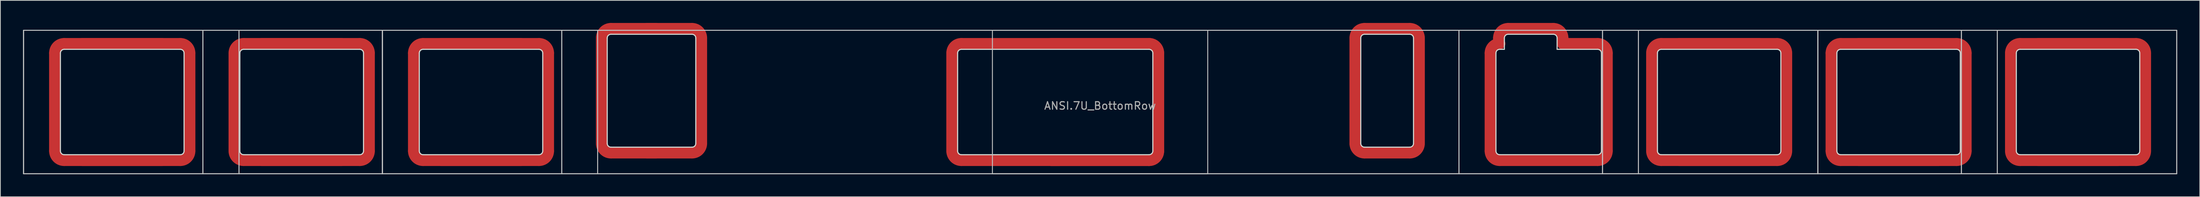
<source format=kicad_pcb>
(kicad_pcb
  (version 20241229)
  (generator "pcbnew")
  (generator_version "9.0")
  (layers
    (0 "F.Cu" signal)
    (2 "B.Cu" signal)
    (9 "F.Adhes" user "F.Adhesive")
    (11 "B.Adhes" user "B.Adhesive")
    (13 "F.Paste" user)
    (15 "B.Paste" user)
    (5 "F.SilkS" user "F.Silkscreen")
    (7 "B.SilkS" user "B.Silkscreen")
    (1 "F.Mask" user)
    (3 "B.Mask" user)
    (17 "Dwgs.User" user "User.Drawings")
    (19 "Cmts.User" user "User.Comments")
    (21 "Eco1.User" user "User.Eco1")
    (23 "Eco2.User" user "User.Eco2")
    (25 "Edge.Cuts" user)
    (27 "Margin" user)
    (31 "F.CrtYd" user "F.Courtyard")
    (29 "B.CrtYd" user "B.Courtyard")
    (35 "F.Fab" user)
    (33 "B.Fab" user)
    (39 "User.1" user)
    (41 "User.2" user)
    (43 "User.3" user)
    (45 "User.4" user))
  (footprint "ANSI.7U_BottomRow"
    (layer "F.Cu")
    (at 142.935 10.5)
    (property "Reference" "ANSI.7U_BottomRow" (at 0 0.5 0) (layer "F.Fab") (effects (font (size 1 1) (thickness 0.15))))
    (attr through_hole)
    (fp_line (start -138.719 6.5) (end -138.719 -6.5) (stroke (width 1.5) (type solid)) (layer "F.Cu"))
    (fp_line (start -137.469 -7.75) (end -124.469 -7.75) (stroke (width 1.5) (type solid)) (layer "F.Cu"))
    (fp_line (start -135.057 -7.75) (end -122.057 -7.75) (stroke (width 1.5) (type solid)) (layer "F.Cu"))
    (fp_line (start -124.469 7.75) (end -137.469 7.75) (stroke (width 1.5) (type solid)) (layer "F.Cu"))
    (fp_line (start -122.057 7.75) (end -135.057 7.75) (stroke (width 1.5) (type solid)) (layer "F.Cu"))
    (fp_line (start -120.807 -6.5) (end -120.807 6.5) (stroke (width 1.5) (type solid)) (layer "F.Cu"))
    (fp_line (start -114.906 6.5) (end -114.906 -6.5) (stroke (width 1.5) (type solid)) (layer "F.Cu"))
    (fp_line (start -113.656 -7.75) (end -100.656 -7.75) (stroke (width 1.5) (type solid)) (layer "F.Cu"))
    (fp_line (start -111.245 -7.75) (end -98.245 -7.75) (stroke (width 1.5) (type solid)) (layer "F.Cu"))
    (fp_line (start -100.656 7.75) (end -113.656 7.75) (stroke (width 1.5) (type solid)) (layer "F.Cu"))
    (fp_line (start -98.245 7.75) (end -111.245 7.75) (stroke (width 1.5) (type solid)) (layer "F.Cu"))
    (fp_line (start -96.995 -6.5) (end -96.995 6.5) (stroke (width 1.5) (type solid)) (layer "F.Cu"))
    (fp_line (start -91.094 6.5) (end -91.094 -6.5) (stroke (width 1.5) (type solid)) (layer "F.Cu"))
    (fp_line (start -89.844 -7.75) (end -76.844 -7.75) (stroke (width 1.5) (type solid)) (layer "F.Cu"))
    (fp_line (start -87.462 -7.75) (end -74.462 -7.75) (stroke (width 1.5) (type solid)) (layer "F.Cu"))
    (fp_line (start -76.844 7.75) (end -89.844 7.75) (stroke (width 1.5) (type solid)) (layer "F.Cu"))
    (fp_line (start -74.462 7.75) (end -87.462 7.75) (stroke (width 1.5) (type solid)) (layer "F.Cu"))
    (fp_line (start -73.212 -6.5) (end -73.212 6.5) (stroke (width 1.5) (type solid)) (layer "F.Cu"))
    (fp_line (start -66.156 5.5) (end -66.156 -8.5) (stroke (width 1.5) (type solid)) (layer "F.Cu"))
    (fp_line (start -64.906 -9.75) (end -58.906 -9.75) (stroke (width 1.5) (type solid)) (layer "F.Cu"))
    (fp_line (start -60.15 -9.75) (end -54.15 -9.75) (stroke (width 1.5) (type solid)) (layer "F.Cu"))
    (fp_line (start -58.906 6.75) (end -64.906 6.75) (stroke (width 1.5) (type solid)) (layer "F.Cu"))
    (fp_line (start -54.15 6.75) (end -60.15 6.75) (stroke (width 1.5) (type solid)) (layer "F.Cu"))
    (fp_line (start -52.9 -8.5) (end -52.9 5.5) (stroke (width 1.5) (type solid)) (layer "F.Cu"))
    (fp_line (start -19.656 -6.5) (end -19.656 6.5) (stroke (width 1.5) (type solid)) (layer "F.Cu"))
    (fp_line (start -18.406 7.75) (end -5.406 7.75) (stroke (width 1.5) (type solid)) (layer "F.Cu"))
    (fp_line (start -6.5 -7.75) (end 6.5 -7.75) (stroke (width 1.5) (type solid)) (layer "F.Cu"))
    (fp_line (start -6.5 -7.75) (end 6.5 -7.75) (stroke (width 1.5) (type solid)) (layer "F.Cu"))
    (fp_line (start -5.406 -7.75) (end -18.406 -7.75) (stroke (width 1.5) (type solid)) (layer "F.Cu"))
    (fp_line (start 6.5 7.75) (end -6.5 7.75) (stroke (width 1.5) (type solid)) (layer "F.Cu"))
    (fp_line (start 6.5 7.75) (end -6.5 7.75) (stroke (width 1.5) (type solid)) (layer "F.Cu"))
    (fp_line (start 7.75 -6.5) (end 7.75 6.5) (stroke (width 1.5) (type solid)) (layer "F.Cu"))
    (fp_line (start 7.75 -6.5) (end 7.75 6.5) (stroke (width 1.5) (type solid)) (layer "F.Cu"))
    (fp_line (start 33.844 5.5) (end 33.844 -8.5) (stroke (width 1.5) (type solid)) (layer "F.Cu"))
    (fp_line (start 35.094 -9.75) (end 41.094 -9.75) (stroke (width 1.5) (type solid)) (layer "F.Cu"))
    (fp_line (start 41.094 6.75) (end 35.094 6.75) (stroke (width 1.5) (type solid)) (layer "F.Cu"))
    (fp_line (start 42.344 -8.5) (end 42.344 5.5) (stroke (width 1.5) (type solid)) (layer "F.Cu"))
    (fp_line (start 51.781 6.5) (end 51.781 -6.5) (stroke (width 1.5) (type solid)) (layer "F.Cu"))
    (fp_line (start 52.9 -7.75) (end 52.9 -8.5) (stroke (width 1.5) (type solid)) (layer "F.Cu"))
    (fp_line (start 54.15 -9.75) (end 60.15 -9.75) (stroke (width 1.5) (type solid)) (layer "F.Cu"))
    (fp_line (start 61.4 -8.5) (end 61.4 -7.75) (stroke (width 1.5) (type solid)) (layer "F.Cu"))
    (fp_line (start 61.4 -7.75) (end 66.031 -7.75) (stroke (width 1.5) (type solid)) (layer "F.Cu"))
    (fp_line (start 66.031 7.75) (end 53.031 7.75) (stroke (width 1.5) (type solid)) (layer "F.Cu"))
    (fp_line (start 67.281 -6.5) (end 67.281 6.5) (stroke (width 1.5) (type solid)) (layer "F.Cu"))
    (fp_line (start 73.213 6.5) (end 73.213 -6.5) (stroke (width 1.5) (type solid)) (layer "F.Cu"))
    (fp_line (start 74.463 -7.75) (end 87.463 -7.75) (stroke (width 1.5) (type solid)) (layer "F.Cu"))
    (fp_line (start 76.844 -7.75) (end 89.844 -7.75) (stroke (width 1.5) (type solid)) (layer "F.Cu"))
    (fp_line (start 87.463 7.75) (end 74.463 7.75) (stroke (width 1.5) (type solid)) (layer "F.Cu"))
    (fp_line (start 89.844 7.75) (end 76.844 7.75) (stroke (width 1.5) (type solid)) (layer "F.Cu"))
    (fp_line (start 91.094 -6.5) (end 91.094 6.5) (stroke (width 1.5) (type solid)) (layer "F.Cu"))
    (fp_line (start 97.025 6.5) (end 97.025 -6.5) (stroke (width 1.5) (type solid)) (layer "F.Cu"))
    (fp_line (start 98.275 -7.75) (end 111.275 -7.75) (stroke (width 1.5) (type solid)) (layer "F.Cu"))
    (fp_line (start 100.656 -7.75) (end 113.656 -7.75) (stroke (width 1.5) (type solid)) (layer "F.Cu"))
    (fp_line (start 111.275 7.75) (end 98.275 7.75) (stroke (width 1.5) (type solid)) (layer "F.Cu"))
    (fp_line (start 113.656 7.75) (end 100.656 7.75) (stroke (width 1.5) (type solid)) (layer "F.Cu"))
    (fp_line (start 114.906 -6.5) (end 114.906 6.5) (stroke (width 1.5) (type solid)) (layer "F.Cu"))
    (fp_line (start 120.838 6.5) (end 120.838 -6.5) (stroke (width 1.5) (type solid)) (layer "F.Cu"))
    (fp_line (start 122.088 -7.75) (end 135.088 -7.75) (stroke (width 1.5) (type solid)) (layer "F.Cu"))
    (fp_line (start 124.469 -7.75) (end 137.469 -7.75) (stroke (width 1.5) (type solid)) (layer "F.Cu"))
    (fp_line (start 135.088 7.75) (end 122.088 7.75) (stroke (width 1.5) (type solid)) (layer "F.Cu"))
    (fp_line (start 137.469 7.75) (end 124.469 7.75) (stroke (width 1.5) (type solid)) (layer "F.Cu"))
    (fp_line (start 138.719 -6.5) (end 138.719 6.5) (stroke (width 1.5) (type solid)) (layer "F.Cu"))
    (fp_arc (start -138.71875 -6.5) (mid -138.352633 -7.383883) (end -137.46875 -7.75) (stroke (width 1.5) (type solid)) (layer "F.Cu"))
    (fp_arc (start -137.46875 7.75) (mid -138.352633 7.383883) (end -138.71875 6.5) (stroke (width 1.5) (type solid)) (layer "F.Cu"))
    (fp_arc (start -122.0575 -7.75) (mid -121.173616 -7.383883) (end -120.807499 -6.499999) (stroke (width 1.5) (type solid)) (layer "F.Cu"))
    (fp_arc (start -120.807499 6.5) (mid -121.173616 7.383883) (end -122.057499 7.75) (stroke (width 1.5) (type solid)) (layer "F.Cu"))
    (fp_arc (start -114.90625 -6.5) (mid -114.540133 -7.383883) (end -113.65625 -7.75) (stroke (width 1.5) (type solid)) (layer "F.Cu"))
    (fp_arc (start -113.65625 7.75) (mid -114.540133 7.383883) (end -114.90625 6.5) (stroke (width 1.5) (type solid)) (layer "F.Cu"))
    (fp_arc (start -98.245 -7.75) (mid -97.361116 -7.383883) (end -96.994999 -6.499999) (stroke (width 1.5) (type solid)) (layer "F.Cu"))
    (fp_arc (start -96.994999 6.5) (mid -97.361116 7.383883) (end -98.244999 7.75) (stroke (width 1.5) (type solid)) (layer "F.Cu"))
    (fp_arc (start -91.09375 -6.5) (mid -90.727633 -7.383883) (end -89.84375 -7.75) (stroke (width 1.5) (type solid)) (layer "F.Cu"))
    (fp_arc (start -89.84375 7.75) (mid -90.727633 7.383883) (end -91.09375 6.5) (stroke (width 1.5) (type solid)) (layer "F.Cu"))
    (fp_arc (start -74.4625 -7.75) (mid -73.578616 -7.383883) (end -73.212499 -6.499999) (stroke (width 1.5) (type solid)) (layer "F.Cu"))
    (fp_arc (start -73.212499 6.5) (mid -73.578616 7.383883) (end -74.462499 7.75) (stroke (width 1.5) (type solid)) (layer "F.Cu"))
    (fp_arc (start -66.156249 -8.500001) (mid -65.790133 -9.383884) (end -64.90625 -9.75) (stroke (width 1.5) (type solid)) (layer "F.Cu"))
    (fp_arc (start -64.90625 6.749999) (mid -65.790133 6.383882) (end -66.15625 5.499999) (stroke (width 1.5) (type solid)) (layer "F.Cu"))
    (fp_arc (start -54.15 -9.75) (mid -53.266117 -9.383883) (end -52.9 -8.5) (stroke (width 1.5) (type solid)) (layer "F.Cu"))
    (fp_arc (start -52.9 5.499999) (mid -53.266116 6.383883) (end -54.149999 6.75) (stroke (width 1.5) (type solid)) (layer "F.Cu"))
    (fp_arc (start -19.656249 -6.5) (mid -19.290132 -7.383883) (end -18.406249 -7.75) (stroke (width 1.5) (type solid)) (layer "F.Cu"))
    (fp_arc (start -18.406249 7.749999) (mid -19.290132 7.383882) (end -19.656249 6.499999) (stroke (width 1.5) (type solid)) (layer "F.Cu"))
    (fp_arc (start 6.499999 -7.75) (mid 7.383882 -7.383883) (end 7.749999 -6.5) (stroke (width 1.5) (type solid)) (layer "F.Cu"))
    (fp_arc (start 6.499999 -7.75) (mid 7.383883 -7.383883) (end 7.75 -6.499999) (stroke (width 1.5) (type solid)) (layer "F.Cu"))
    (fp_arc (start 7.749998 6.5) (mid 7.383882 7.383883) (end 6.499999 7.749999) (stroke (width 1.5) (type solid)) (layer "F.Cu"))
    (fp_arc (start 7.75 6.5) (mid 7.383883 7.383883) (end 6.5 7.75) (stroke (width 1.5) (type solid)) (layer "F.Cu"))
    (fp_arc (start 33.843751 -8.500001) (mid 34.209867 -9.383884) (end 35.09375 -9.75) (stroke (width 1.5) (type solid)) (layer "F.Cu"))
    (fp_arc (start 35.09375 6.749999) (mid 34.209867 6.383882) (end 33.84375 5.499999) (stroke (width 1.5) (type solid)) (layer "F.Cu"))
    (fp_arc (start 41.093751 -9.749999) (mid 41.977634 -9.383883) (end 42.34375 -8.5) (stroke (width 1.5) (type solid)) (layer "F.Cu"))
    (fp_arc (start 42.343751 5.499998) (mid 41.977634 6.383882) (end 41.09375 6.749999) (stroke (width 1.5) (type solid)) (layer "F.Cu"))
    (fp_arc (start 51.78125 -6.5) (mid 52.147367 -7.383883) (end 53.03125 -7.75) (stroke (width 1.5) (type solid)) (layer "F.Cu"))
    (fp_arc (start 52.899999 -8.499999) (mid 53.266116 -9.383883) (end 54.15 -9.75) (stroke (width 1.5) (type solid)) (layer "F.Cu"))
    (fp_arc (start 53.03125 7.75) (mid 52.147367 7.383883) (end 51.78125 6.5) (stroke (width 1.5) (type solid)) (layer "F.Cu"))
    (fp_arc (start 60.15 -9.75) (mid 61.033883 -9.383883) (end 61.4 -8.5) (stroke (width 1.5) (type solid)) (layer "F.Cu"))
    (fp_arc (start 66.031249 -7.75) (mid 66.915133 -7.383883) (end 67.28125 -6.499999) (stroke (width 1.5) (type solid)) (layer "F.Cu"))
    (fp_arc (start 67.28125 6.5) (mid 66.915133 7.383883) (end 66.03125 7.75) (stroke (width 1.5) (type solid)) (layer "F.Cu"))
    (fp_arc (start 73.2125 -6.5) (mid 73.578617 -7.383883) (end 74.4625 -7.75) (stroke (width 1.5) (type solid)) (layer "F.Cu"))
    (fp_arc (start 74.4625 7.75) (mid 73.578617 7.383883) (end 73.2125 6.5) (stroke (width 1.5) (type solid)) (layer "F.Cu"))
    (fp_arc (start 89.843749 -7.75) (mid 90.727633 -7.383883) (end 91.09375 -6.499999) (stroke (width 1.5) (type solid)) (layer "F.Cu"))
    (fp_arc (start 91.09375 6.5) (mid 90.727633 7.383883) (end 89.84375 7.75) (stroke (width 1.5) (type solid)) (layer "F.Cu"))
    (fp_arc (start 97.025 -6.5) (mid 97.391117 -7.383883) (end 98.275 -7.75) (stroke (width 1.5) (type solid)) (layer "F.Cu"))
    (fp_arc (start 98.275 7.75) (mid 97.391117 7.383883) (end 97.025 6.5) (stroke (width 1.5) (type solid)) (layer "F.Cu"))
    (fp_arc (start 113.656249 -7.75) (mid 114.540133 -7.383883) (end 114.90625 -6.499999) (stroke (width 1.5) (type solid)) (layer "F.Cu"))
    (fp_arc (start 114.90625 6.5) (mid 114.540133 7.383883) (end 113.65625 7.75) (stroke (width 1.5) (type solid)) (layer "F.Cu"))
    (fp_arc (start 120.8375 -6.5) (mid 121.203617 -7.383883) (end 122.0875 -7.75) (stroke (width 1.5) (type solid)) (layer "F.Cu"))
    (fp_arc (start 122.0875 7.75) (mid 121.203617 7.383883) (end 120.8375 6.5) (stroke (width 1.5) (type solid)) (layer "F.Cu"))
    (fp_arc (start 137.468749 -7.75) (mid 138.352633 -7.383883) (end 138.71875 -6.499999) (stroke (width 1.5) (type solid)) (layer "F.Cu"))
    (fp_arc (start 138.71875 6.5) (mid 138.352633 7.383883) (end 137.46875 7.75) (stroke (width 1.5) (type solid)) (layer "F.Cu"))
    (fp_line (start -138.719 6.5) (end -138.719 -6.5) (stroke (width 1.5) (type solid)) (layer "F.Mask"))
    (fp_line (start -137.469 -7.75) (end -124.469 -7.75) (stroke (width 1.5) (type solid)) (layer "F.Mask"))
    (fp_line (start -135.057 -7.75) (end -122.057 -7.75) (stroke (width 1.5) (type solid)) (layer "F.Mask"))
    (fp_line (start -124.469 7.75) (end -137.469 7.75) (stroke (width 1.5) (type solid)) (layer "F.Mask"))
    (fp_line (start -122.057 7.75) (end -135.057 7.75) (stroke (width 1.5) (type solid)) (layer "F.Mask"))
    (fp_line (start -120.807 -6.5) (end -120.807 6.5) (stroke (width 1.5) (type solid)) (layer "F.Mask"))
    (fp_line (start -114.906 6.5) (end -114.906 -6.5) (stroke (width 1.5) (type solid)) (layer "F.Mask"))
    (fp_line (start -113.656 -7.75) (end -100.656 -7.75) (stroke (width 1.5) (type solid)) (layer "F.Mask"))
    (fp_line (start -111.245 -7.75) (end -98.245 -7.75) (stroke (width 1.5) (type solid)) (layer "F.Mask"))
    (fp_line (start -100.656 7.75) (end -113.656 7.75) (stroke (width 1.5) (type solid)) (layer "F.Mask"))
    (fp_line (start -98.245 7.75) (end -111.245 7.75) (stroke (width 1.5) (type solid)) (layer "F.Mask"))
    (fp_line (start -96.995 -6.5) (end -96.995 6.5) (stroke (width 1.5) (type solid)) (layer "F.Mask"))
    (fp_line (start -91.094 6.5) (end -91.094 -6.5) (stroke (width 1.5) (type solid)) (layer "F.Mask"))
    (fp_line (start -89.844 -7.75) (end -76.844 -7.75) (stroke (width 1.5) (type solid)) (layer "F.Mask"))
    (fp_line (start -87.462 -7.75) (end -74.462 -7.75) (stroke (width 1.5) (type solid)) (layer "F.Mask"))
    (fp_line (start -76.844 7.75) (end -89.844 7.75) (stroke (width 1.5) (type solid)) (layer "F.Mask"))
    (fp_line (start -74.462 7.75) (end -87.462 7.75) (stroke (width 1.5) (type solid)) (layer "F.Mask"))
    (fp_line (start -73.212 -6.5) (end -73.212 6.5) (stroke (width 1.5) (type solid)) (layer "F.Mask"))
    (fp_line (start -66.156 5.5) (end -66.156 -8.5) (stroke (width 1.5) (type solid)) (layer "F.Mask"))
    (fp_line (start -64.906 -9.75) (end -58.906 -9.75) (stroke (width 1.5) (type solid)) (layer "F.Mask"))
    (fp_line (start -60.15 -9.75) (end -54.15 -9.75) (stroke (width 1.5) (type solid)) (layer "F.Mask"))
    (fp_line (start -58.906 6.75) (end -64.906 6.75) (stroke (width 1.5) (type solid)) (layer "F.Mask"))
    (fp_line (start -54.15 6.75) (end -60.15 6.75) (stroke (width 1.5) (type solid)) (layer "F.Mask"))
    (fp_line (start -52.9 -8.5) (end -52.9 5.5) (stroke (width 1.5) (type solid)) (layer "F.Mask"))
    (fp_line (start -19.656 -6.5) (end -19.656 6.5) (stroke (width 1.5) (type solid)) (layer "F.Mask"))
    (fp_line (start -18.406 7.75) (end -5.406 7.75) (stroke (width 1.5) (type solid)) (layer "F.Mask"))
    (fp_line (start -6.5 -7.75) (end 6.5 -7.75) (stroke (width 1.5) (type solid)) (layer "F.Mask"))
    (fp_line (start -6.5 -7.75) (end 6.5 -7.75) (stroke (width 1.5) (type solid)) (layer "F.Mask"))
    (fp_line (start -5.406 -7.75) (end -18.406 -7.75) (stroke (width 1.5) (type solid)) (layer "F.Mask"))
    (fp_line (start 6.5 7.75) (end -6.5 7.75) (stroke (width 1.5) (type solid)) (layer "F.Mask"))
    (fp_line (start 6.5 7.75) (end -6.5 7.75) (stroke (width 1.5) (type solid)) (layer "F.Mask"))
    (fp_line (start 7.75 -6.5) (end 7.75 6.5) (stroke (width 1.5) (type solid)) (layer "F.Mask"))
    (fp_line (start 7.75 -6.5) (end 7.75 6.5) (stroke (width 1.5) (type solid)) (layer "F.Mask"))
    (fp_line (start 33.844 5.5) (end 33.844 -8.5) (stroke (width 1.5) (type solid)) (layer "F.Mask"))
    (fp_line (start 35.094 -9.75) (end 41.094 -9.75) (stroke (width 1.5) (type solid)) (layer "F.Mask"))
    (fp_line (start 41.094 6.75) (end 35.094 6.75) (stroke (width 1.5) (type solid)) (layer "F.Mask"))
    (fp_line (start 42.344 -8.5) (end 42.344 5.5) (stroke (width 1.5) (type solid)) (layer "F.Mask"))
    (fp_line (start 51.781 6.5) (end 51.781 -6.5) (stroke (width 1.5) (type solid)) (layer "F.Mask"))
    (fp_line (start 52.9 -7.75) (end 52.9 -8.5) (stroke (width 1.5) (type solid)) (layer "F.Mask"))
    (fp_line (start 54.15 -9.75) (end 60.15 -9.75) (stroke (width 1.5) (type solid)) (layer "F.Mask"))
    (fp_line (start 61.4 -8.5) (end 61.4 -7.75) (stroke (width 1.5) (type solid)) (layer "F.Mask"))
    (fp_line (start 61.4 -7.75) (end 66.031 -7.75) (stroke (width 1.5) (type solid)) (layer "F.Mask"))
    (fp_line (start 66.031 7.75) (end 53.031 7.75) (stroke (width 1.5) (type solid)) (layer "F.Mask"))
    (fp_line (start 67.281 -6.5) (end 67.281 6.5) (stroke (width 1.5) (type solid)) (layer "F.Mask"))
    (fp_line (start 73.213 6.5) (end 73.213 -6.5) (stroke (width 1.5) (type solid)) (layer "F.Mask"))
    (fp_line (start 74.463 -7.75) (end 87.463 -7.75) (stroke (width 1.5) (type solid)) (layer "F.Mask"))
    (fp_line (start 76.844 -7.75) (end 89.844 -7.75) (stroke (width 1.5) (type solid)) (layer "F.Mask"))
    (fp_line (start 87.463 7.75) (end 74.463 7.75) (stroke (width 1.5) (type solid)) (layer "F.Mask"))
    (fp_line (start 89.844 7.75) (end 76.844 7.75) (stroke (width 1.5) (type solid)) (layer "F.Mask"))
    (fp_line (start 91.094 -6.5) (end 91.094 6.5) (stroke (width 1.5) (type solid)) (layer "F.Mask"))
    (fp_line (start 97.025 6.5) (end 97.025 -6.5) (stroke (width 1.5) (type solid)) (layer "F.Mask"))
    (fp_line (start 98.275 -7.75) (end 111.275 -7.75) (stroke (width 1.5) (type solid)) (layer "F.Mask"))
    (fp_line (start 100.656 -7.75) (end 113.656 -7.75) (stroke (width 1.5) (type solid)) (layer "F.Mask"))
    (fp_line (start 111.275 7.75) (end 98.275 7.75) (stroke (width 1.5) (type solid)) (layer "F.Mask"))
    (fp_line (start 113.656 7.75) (end 100.656 7.75) (stroke (width 1.5) (type solid)) (layer "F.Mask"))
    (fp_line (start 114.906 -6.5) (end 114.906 6.5) (stroke (width 1.5) (type solid)) (layer "F.Mask"))
    (fp_line (start 120.838 6.5) (end 120.838 -6.5) (stroke (width 1.5) (type solid)) (layer "F.Mask"))
    (fp_line (start 122.088 -7.75) (end 135.088 -7.75) (stroke (width 1.5) (type solid)) (layer "F.Mask"))
    (fp_line (start 124.469 -7.75) (end 137.469 -7.75) (stroke (width 1.5) (type solid)) (layer "F.Mask"))
    (fp_line (start 135.088 7.75) (end 122.088 7.75) (stroke (width 1.5) (type solid)) (layer "F.Mask"))
    (fp_line (start 137.469 7.75) (end 124.469 7.75) (stroke (width 1.5) (type solid)) (layer "F.Mask"))
    (fp_line (start 138.719 -6.5) (end 138.719 6.5) (stroke (width 1.5) (type solid)) (layer "F.Mask"))
    (fp_arc (start -138.71875 -6.5) (mid -138.352633 -7.383883) (end -137.46875 -7.75) (stroke (width 1.5) (type solid)) (layer "F.Mask"))
    (fp_arc (start -137.46875 7.75) (mid -138.352633 7.383883) (end -138.71875 6.5) (stroke (width 1.5) (type solid)) (layer "F.Mask"))
    (fp_arc (start -122.0575 -7.75) (mid -121.173616 -7.383883) (end -120.807499 -6.499999) (stroke (width 1.5) (type solid)) (layer "F.Mask"))
    (fp_arc (start -120.807499 6.5) (mid -121.173616 7.383883) (end -122.057499 7.75) (stroke (width 1.5) (type solid)) (layer "F.Mask"))
    (fp_arc (start -114.90625 -6.5) (mid -114.540133 -7.383883) (end -113.65625 -7.75) (stroke (width 1.5) (type solid)) (layer "F.Mask"))
    (fp_arc (start -113.65625 7.75) (mid -114.540133 7.383883) (end -114.90625 6.5) (stroke (width 1.5) (type solid)) (layer "F.Mask"))
    (fp_arc (start -98.245 -7.75) (mid -97.361116 -7.383883) (end -96.994999 -6.499999) (stroke (width 1.5) (type solid)) (layer "F.Mask"))
    (fp_arc (start -96.994999 6.5) (mid -97.361116 7.383883) (end -98.244999 7.75) (stroke (width 1.5) (type solid)) (layer "F.Mask"))
    (fp_arc (start -91.09375 -6.5) (mid -90.727633 -7.383883) (end -89.84375 -7.75) (stroke (width 1.5) (type solid)) (layer "F.Mask"))
    (fp_arc (start -89.84375 7.75) (mid -90.727633 7.383883) (end -91.09375 6.5) (stroke (width 1.5) (type solid)) (layer "F.Mask"))
    (fp_arc (start -74.4625 -7.75) (mid -73.578616 -7.383883) (end -73.212499 -6.499999) (stroke (width 1.5) (type solid)) (layer "F.Mask"))
    (fp_arc (start -73.212499 6.5) (mid -73.578616 7.383883) (end -74.462499 7.75) (stroke (width 1.5) (type solid)) (layer "F.Mask"))
    (fp_arc (start -66.156249 -8.500001) (mid -65.790133 -9.383884) (end -64.90625 -9.75) (stroke (width 1.5) (type solid)) (layer "F.Mask"))
    (fp_arc (start -64.90625 6.749999) (mid -65.790133 6.383882) (end -66.15625 5.499999) (stroke (width 1.5) (type solid)) (layer "F.Mask"))
    (fp_arc (start -54.15 -9.75) (mid -53.266117 -9.383883) (end -52.9 -8.5) (stroke (width 1.5) (type solid)) (layer "F.Mask"))
    (fp_arc (start -52.9 5.499999) (mid -53.266116 6.383883) (end -54.149999 6.75) (stroke (width 1.5) (type solid)) (layer "F.Mask"))
    (fp_arc (start -19.656249 -6.5) (mid -19.290132 -7.383883) (end -18.406249 -7.75) (stroke (width 1.5) (type solid)) (layer "F.Mask"))
    (fp_arc (start -18.406249 7.749999) (mid -19.290132 7.383882) (end -19.656249 6.499999) (stroke (width 1.5) (type solid)) (layer "F.Mask"))
    (fp_arc (start 6.499999 -7.75) (mid 7.383882 -7.383883) (end 7.749999 -6.5) (stroke (width 1.5) (type solid)) (layer "F.Mask"))
    (fp_arc (start 6.499999 -7.75) (mid 7.383883 -7.383883) (end 7.75 -6.499999) (stroke (width 1.5) (type solid)) (layer "F.Mask"))
    (fp_arc (start 7.749998 6.5) (mid 7.383882 7.383883) (end 6.499999 7.749999) (stroke (width 1.5) (type solid)) (layer "F.Mask"))
    (fp_arc (start 7.75 6.5) (mid 7.383883 7.383883) (end 6.5 7.75) (stroke (width 1.5) (type solid)) (layer "F.Mask"))
    (fp_arc (start 33.843751 -8.500001) (mid 34.209867 -9.383884) (end 35.09375 -9.75) (stroke (width 1.5) (type solid)) (layer "F.Mask"))
    (fp_arc (start 35.09375 6.749999) (mid 34.209867 6.383882) (end 33.84375 5.499999) (stroke (width 1.5) (type solid)) (layer "F.Mask"))
    (fp_arc (start 41.093751 -9.749999) (mid 41.977634 -9.383883) (end 42.34375 -8.5) (stroke (width 1.5) (type solid)) (layer "F.Mask"))
    (fp_arc (start 42.343751 5.499998) (mid 41.977634 6.383882) (end 41.09375 6.749999) (stroke (width 1.5) (type solid)) (layer "F.Mask"))
    (fp_arc (start 51.78125 -6.5) (mid 52.147367 -7.383883) (end 53.03125 -7.75) (stroke (width 1.5) (type solid)) (layer "F.Mask"))
    (fp_arc (start 52.899999 -8.499999) (mid 53.266116 -9.383883) (end 54.15 -9.75) (stroke (width 1.5) (type solid)) (layer "F.Mask"))
    (fp_arc (start 53.03125 7.75) (mid 52.147367 7.383883) (end 51.78125 6.5) (stroke (width 1.5) (type solid)) (layer "F.Mask"))
    (fp_arc (start 60.15 -9.75) (mid 61.033883 -9.383883) (end 61.4 -8.5) (stroke (width 1.5) (type solid)) (layer "F.Mask"))
    (fp_arc (start 66.031249 -7.75) (mid 66.915133 -7.383883) (end 67.28125 -6.499999) (stroke (width 1.5) (type solid)) (layer "F.Mask"))
    (fp_arc (start 67.28125 6.5) (mid 66.915133 7.383883) (end 66.03125 7.75) (stroke (width 1.5) (type solid)) (layer "F.Mask"))
    (fp_arc (start 73.2125 -6.5) (mid 73.578617 -7.383883) (end 74.4625 -7.75) (stroke (width 1.5) (type solid)) (layer "F.Mask"))
    (fp_arc (start 74.4625 7.75) (mid 73.578617 7.383883) (end 73.2125 6.5) (stroke (width 1.5) (type solid)) (layer "F.Mask"))
    (fp_arc (start 89.843749 -7.75) (mid 90.727633 -7.383883) (end 91.09375 -6.499999) (stroke (width 1.5) (type solid)) (layer "F.Mask"))
    (fp_arc (start 91.09375 6.5) (mid 90.727633 7.383883) (end 89.84375 7.75) (stroke (width 1.5) (type solid)) (layer "F.Mask"))
    (fp_arc (start 97.025 -6.5) (mid 97.391117 -7.383883) (end 98.275 -7.75) (stroke (width 1.5) (type solid)) (layer "F.Mask"))
    (fp_arc (start 98.275 7.75) (mid 97.391117 7.383883) (end 97.025 6.5) (stroke (width 1.5) (type solid)) (layer "F.Mask"))
    (fp_arc (start 113.656249 -7.75) (mid 114.540133 -7.383883) (end 114.90625 -6.499999) (stroke (width 1.5) (type solid)) (layer "F.Mask"))
    (fp_arc (start 114.90625 6.5) (mid 114.540133 7.383883) (end 113.65625 7.75) (stroke (width 1.5) (type solid)) (layer "F.Mask"))
    (fp_arc (start 120.8375 -6.5) (mid 121.203617 -7.383883) (end 122.0875 -7.75) (stroke (width 1.5) (type solid)) (layer "F.Mask"))
    (fp_arc (start 122.0875 7.75) (mid 121.203617 7.383883) (end 120.8375 6.5) (stroke (width 1.5) (type solid)) (layer "F.Mask"))
    (fp_arc (start 137.468749 -7.75) (mid 138.352633 -7.383883) (end 138.71875 -6.499999) (stroke (width 1.5) (type solid)) (layer "F.Mask"))
    (fp_arc (start 138.71875 6.5) (mid 138.352633 7.383883) (end 137.46875 7.75) (stroke (width 1.5) (type solid)) (layer "F.Mask"))
    (fp_line (start -142.875 -9.525) (end -142.875 9.525) (stroke (width 0.12) (type solid)) (layer "Dwgs.User"))
    (fp_line (start -142.875 9.525) (end -119.062 9.525) (stroke (width 0.12) (type solid)) (layer "Dwgs.User"))
    (fp_line (start -142.845 -9.525) (end -142.845 9.525) (stroke (width 0.12) (type solid)) (layer "Dwgs.User"))
    (fp_line (start -142.845 9.525) (end -114.27 9.525) (stroke (width 0.12) (type solid)) (layer "Dwgs.User"))
    (fp_line (start -119.062 -9.525) (end -142.875 -9.525) (stroke (width 0.12) (type solid)) (layer "Dwgs.User"))
    (fp_line (start -119.062 -9.525) (end -119.062 9.525) (stroke (width 0.12) (type solid)) (layer "Dwgs.User"))
    (fp_line (start -119.062 9.525) (end -119.062 -9.525) (stroke (width 0.12) (type solid)) (layer "Dwgs.User"))
    (fp_line (start -119.062 9.525) (end -95.25 9.525) (stroke (width 0.12) (type solid)) (layer "Dwgs.User"))
    (fp_line (start -114.27 -9.525) (end -142.845 -9.525) (stroke (width 0.12) (type solid)) (layer "Dwgs.User"))
    (fp_line (start -114.27 -9.525) (end -114.27 9.525) (stroke (width 0.12) (type solid)) (layer "Dwgs.User"))
    (fp_line (start -114.27 9.525) (end -114.27 -9.525) (stroke (width 0.12) (type solid)) (layer "Dwgs.User"))
    (fp_line (start -114.27 9.525) (end -95.22 9.525) (stroke (width 0.12) (type solid)) (layer "Dwgs.User"))
    (fp_line (start -95.25 -9.525) (end -119.062 -9.525) (stroke (width 0.12) (type solid)) (layer "Dwgs.User"))
    (fp_line (start -95.25 -9.525) (end -95.25 9.525) (stroke (width 0.12) (type solid)) (layer "Dwgs.User"))
    (fp_line (start -95.25 9.525) (end -95.25 -9.525) (stroke (width 0.12) (type solid)) (layer "Dwgs.User"))
    (fp_line (start -95.25 9.525) (end -71.438 9.525) (stroke (width 0.12) (type solid)) (layer "Dwgs.User"))
    (fp_line (start -95.25 -9.525) (end -95.25 9.525) (stroke (width 0.12) (type solid)) (layer "Dwgs.User"))
    (fp_line (start -95.25 9.525) (end -66.675 9.525) (stroke (width 0.12) (type solid)) (layer "Dwgs.User"))
    (fp_line (start -95.22 -9.525) (end -114.27 -9.525) (stroke (width 0.12) (type solid)) (layer "Dwgs.User"))
    (fp_line (start -95.22 9.525) (end -95.22 -9.525) (stroke (width 0.12) (type solid)) (layer "Dwgs.User"))
    (fp_line (start -71.438 -9.525) (end -95.25 -9.525) (stroke (width 0.12) (type solid)) (layer "Dwgs.User"))
    (fp_line (start -71.438 -9.525) (end -71.438 9.525) (stroke (width 0.12) (type solid)) (layer "Dwgs.User"))
    (fp_line (start -71.438 -9.525) (end 47.625 -9.525) (stroke (width 0.12) (type solid)) (layer "Dwgs.User"))
    (fp_line (start -71.438 9.525) (end -71.438 -9.525) (stroke (width 0.12) (type solid)) (layer "Dwgs.User"))
    (fp_line (start -71.438 9.525) (end 47.625 9.525) (stroke (width 0.12) (type solid)) (layer "Dwgs.User"))
    (fp_line (start -66.675 -9.525) (end -95.25 -9.525) (stroke (width 0.12) (type solid)) (layer "Dwgs.User"))
    (fp_line (start -66.675 -9.525) (end -66.675 9.525) (stroke (width 0.12) (type solid)) (layer "Dwgs.User"))
    (fp_line (start -66.675 -9.525) (end 66.675 -9.525) (stroke (width 0.12) (type solid)) (layer "Dwgs.User"))
    (fp_line (start -66.675 9.525) (end -66.675 -9.525) (stroke (width 0.12) (type solid)) (layer "Dwgs.User"))
    (fp_line (start -66.675 9.525) (end 66.675 9.525) (stroke (width 0.12) (type solid)) (layer "Dwgs.User"))
    (fp_line (start -14.287 -9.525) (end -14.287 9.525) (stroke (width 0.12) (type solid)) (layer "Dwgs.User"))
    (fp_line (start -14.287 9.525) (end 14.287 9.525) (stroke (width 0.12) (type solid)) (layer "Dwgs.User"))
    (fp_line (start 14.287 -9.525) (end -14.287 -9.525) (stroke (width 0.12) (type solid)) (layer "Dwgs.User"))
    (fp_line (start 14.287 9.525) (end 14.287 -9.525) (stroke (width 0.12) (type solid)) (layer "Dwgs.User"))
    (fp_line (start 47.625 -9.525) (end 47.625 9.525) (stroke (width 0.12) (type solid)) (layer "Dwgs.User"))
    (fp_line (start 47.625 -9.525) (end 47.625 9.525) (stroke (width 0.12) (type solid)) (layer "Dwgs.User"))
    (fp_line (start 47.625 9.525) (end 71.438 9.525) (stroke (width 0.12) (type solid)) (layer "Dwgs.User"))
    (fp_line (start 66.675 -9.525) (end 66.675 9.525) (stroke (width 0.12) (type solid)) (layer "Dwgs.User"))
    (fp_line (start 66.675 9.525) (end 95.25 9.525) (stroke (width 0.12) (type solid)) (layer "Dwgs.User"))
    (fp_line (start 66.675 -9.525) (end 66.675 9.525) (stroke (width 0.12) (type solid)) (layer "Dwgs.User"))
    (fp_line (start 71.438 -9.525) (end 47.625 -9.525) (stroke (width 0.12) (type solid)) (layer "Dwgs.User"))
    (fp_line (start 71.438 -9.525) (end 71.438 9.525) (stroke (width 0.12) (type solid)) (layer "Dwgs.User"))
    (fp_line (start 71.438 9.525) (end 71.438 -9.525) (stroke (width 0.12) (type solid)) (layer "Dwgs.User"))
    (fp_line (start 71.438 9.525) (end 95.25 9.525) (stroke (width 0.12) (type solid)) (layer "Dwgs.User"))
    (fp_line (start 95.25 -9.525) (end 66.675 -9.525) (stroke (width 0.12) (type solid)) (layer "Dwgs.User"))
    (fp_line (start 95.25 -9.525) (end 71.438 -9.525) (stroke (width 0.12) (type solid)) (layer "Dwgs.User"))
    (fp_line (start 95.25 -9.525) (end 95.25 9.525) (stroke (width 0.12) (type solid)) (layer "Dwgs.User"))
    (fp_line (start 95.25 9.525) (end 95.25 -9.525) (stroke (width 0.12) (type solid)) (layer "Dwgs.User"))
    (fp_line (start 95.25 9.525) (end 95.25 -9.525) (stroke (width 0.12) (type solid)) (layer "Dwgs.User"))
    (fp_line (start 95.25 9.525) (end 95.25 -9.525) (stroke (width 0.12) (type solid)) (layer "Dwgs.User"))
    (fp_line (start 95.25 9.525) (end 114.3 9.525) (stroke (width 0.12) (type solid)) (layer "Dwgs.User"))
    (fp_line (start 95.25 9.525) (end 119.062 9.525) (stroke (width 0.12) (type solid)) (layer "Dwgs.User"))
    (fp_line (start 114.3 -9.525) (end 95.25 -9.525) (stroke (width 0.12) (type solid)) (layer "Dwgs.User"))
    (fp_line (start 114.3 -9.525) (end 114.3 9.525) (stroke (width 0.12) (type solid)) (layer "Dwgs.User"))
    (fp_line (start 114.3 9.525) (end 114.3 -9.525) (stroke (width 0.12) (type solid)) (layer "Dwgs.User"))
    (fp_line (start 114.3 9.525) (end 142.875 9.525) (stroke (width 0.12) (type solid)) (layer "Dwgs.User"))
    (fp_line (start 119.062 -9.525) (end 95.25 -9.525) (stroke (width 0.12) (type solid)) (layer "Dwgs.User"))
    (fp_line (start 119.062 9.525) (end 119.062 -9.525) (stroke (width 0.12) (type solid)) (layer "Dwgs.User"))
    (fp_line (start 119.062 9.525) (end 119.062 -9.525) (stroke (width 0.12) (type solid)) (layer "Dwgs.User"))
    (fp_line (start 119.062 9.525) (end 142.875 9.525) (stroke (width 0.12) (type solid)) (layer "Dwgs.User"))
    (fp_line (start 142.875 -9.525) (end 114.3 -9.525) (stroke (width 0.12) (type solid)) (layer "Dwgs.User"))
    (fp_line (start 142.875 -9.525) (end 119.062 -9.525) (stroke (width 0.12) (type solid)) (layer "Dwgs.User"))
    (fp_line (start 142.875 9.525) (end 142.875 -9.525) (stroke (width 0.12) (type solid)) (layer "Dwgs.User"))
    (fp_line (start 142.875 9.525) (end 142.875 -9.525) (stroke (width 0.12) (type solid)) (layer "Dwgs.User"))
    (fp_line (start -137.969 -6.5) (end -137.969 6.5) (stroke (width 0.15) (type solid)) (layer "Edge.Cuts"))
    (fp_line (start -137.469 7) (end -122.058 7) (stroke (width 0.15) (type solid)) (layer "Edge.Cuts"))
    (fp_line (start -122.058 -7) (end -137.469 -7) (stroke (width 0.15) (type solid)) (layer "Edge.Cuts"))
    (fp_line (start -121.557 6.5) (end -121.557 -6.5) (stroke (width 0.15) (type solid)) (layer "Edge.Cuts"))
    (fp_line (start -114.156 -6.5) (end -114.156 6.5) (stroke (width 0.15) (type solid)) (layer "Edge.Cuts"))
    (fp_line (start -113.656 7) (end -98.245 7) (stroke (width 0.15) (type solid)) (layer "Edge.Cuts"))
    (fp_line (start -98.245 -7) (end -113.656 -7) (stroke (width 0.15) (type solid)) (layer "Edge.Cuts"))
    (fp_line (start -97.745 6.5) (end -97.745 -6.5) (stroke (width 0.15) (type solid)) (layer "Edge.Cuts"))
    (fp_line (start -90.344 -6.5) (end -90.344 6.5) (stroke (width 0.15) (type solid)) (layer "Edge.Cuts"))
    (fp_line (start -89.844 7) (end -74.463 7) (stroke (width 0.15) (type solid)) (layer "Edge.Cuts"))
    (fp_line (start -74.463 -7) (end -89.844 -7) (stroke (width 0.15) (type solid)) (layer "Edge.Cuts"))
    (fp_line (start -73.962 6.5) (end -73.962 -6.5) (stroke (width 0.15) (type solid)) (layer "Edge.Cuts"))
    (fp_line (start -65.406 5.5) (end -65.406 -8.5) (stroke (width 0.15) (type solid)) (layer "Edge.Cuts"))
    (fp_line (start -64.906 -9) (end -54.15 -9) (stroke (width 0.15) (type solid)) (layer "Edge.Cuts"))
    (fp_line (start -54.15 6) (end -64.906 6) (stroke (width 0.15) (type solid)) (layer "Edge.Cuts"))
    (fp_line (start -53.65 -8.5) (end -53.65 5.5) (stroke (width 0.15) (type solid)) (layer "Edge.Cuts"))
    (fp_line (start -18.906 -6.5) (end -18.906 6.5) (stroke (width 0.15) (type solid)) (layer "Edge.Cuts"))
    (fp_line (start -18.406 -7) (end 6.5 -7) (stroke (width 0.15) (type solid)) (layer "Edge.Cuts"))
    (fp_line (start 6.5 7) (end -18.406 7) (stroke (width 0.15) (type solid)) (layer "Edge.Cuts"))
    (fp_line (start 7 -6.5) (end 7 6.5) (stroke (width 0.15) (type solid)) (layer "Edge.Cuts"))
    (fp_line (start 34.594 -8.5) (end 34.594 5.5) (stroke (width 0.15) (type solid)) (layer "Edge.Cuts"))
    (fp_line (start 35.094 6) (end 41.094 6) (stroke (width 0.15) (type solid)) (layer "Edge.Cuts"))
    (fp_line (start 41.094 -9) (end 35.094 -9) (stroke (width 0.15) (type solid)) (layer "Edge.Cuts"))
    (fp_line (start 41.594 5.5) (end 41.594 -8.5) (stroke (width 0.15) (type solid)) (layer "Edge.Cuts"))
    (fp_line (start 52.531 -6.5) (end 52.531 6.5) (stroke (width 0.15) (type solid)) (layer "Edge.Cuts"))
    (fp_line (start 53.031 7) (end 66.031 7) (stroke (width 0.15) (type solid)) (layer "Edge.Cuts"))
    (fp_line (start 53.65 -7) (end 53.031 -7) (stroke (width 0.15) (type solid)) (layer "Edge.Cuts"))
    (fp_line (start 53.65 -7) (end 53.65 -8.5) (stroke (width 0.15) (type solid)) (layer "Edge.Cuts"))
    (fp_line (start 54.15 -9) (end 60.15 -9) (stroke (width 0.15) (type solid)) (layer "Edge.Cuts"))
    (fp_line (start 60.65 -7) (end 60.65 -8.5) (stroke (width 0.15) (type solid)) (layer "Edge.Cuts"))
    (fp_line (start 66.031 -7) (end 60.65 -7) (stroke (width 0.15) (type solid)) (layer "Edge.Cuts"))
    (fp_line (start 66.531 6.5) (end 66.531 -6.5) (stroke (width 0.15) (type solid)) (layer "Edge.Cuts"))
    (fp_line (start 73.963 -6.5) (end 73.963 6.5) (stroke (width 0.15) (type solid)) (layer "Edge.Cuts"))
    (fp_line (start 74.463 7) (end 89.844 7) (stroke (width 0.15) (type solid)) (layer "Edge.Cuts"))
    (fp_line (start 89.844 -7) (end 74.463 -7) (stroke (width 0.15) (type solid)) (layer "Edge.Cuts"))
    (fp_line (start 90.344 6.5) (end 90.344 -6.5) (stroke (width 0.15) (type solid)) (layer "Edge.Cuts"))
    (fp_line (start 97.775 -6.5) (end 97.775 6.5) (stroke (width 0.15) (type solid)) (layer "Edge.Cuts"))
    (fp_line (start 98.275 7) (end 113.656 7) (stroke (width 0.15) (type solid)) (layer "Edge.Cuts"))
    (fp_line (start 113.656 -7) (end 98.275 -7) (stroke (width 0.15) (type solid)) (layer "Edge.Cuts"))
    (fp_line (start 114.156 6.5) (end 114.156 -6.5) (stroke (width 0.15) (type solid)) (layer "Edge.Cuts"))
    (fp_line (start 121.588 -6.5) (end 121.588 6.5) (stroke (width 0.15) (type solid)) (layer "Edge.Cuts"))
    (fp_line (start 122.088 7) (end 137.469 7) (stroke (width 0.15) (type solid)) (layer "Edge.Cuts"))
    (fp_line (start 137.469 -7) (end 122.088 -7) (stroke (width 0.15) (type solid)) (layer "Edge.Cuts"))
    (fp_line (start 137.969 6.5) (end 137.969 -6.5) (stroke (width 0.15) (type solid)) (layer "Edge.Cuts"))
    (fp_arc (start -137.96875 -6.5) (mid -137.822303 -6.853553) (end -137.46875 -7) (stroke (width 0.15) (type solid)) (layer "Edge.Cuts"))
    (fp_arc (start -137.46875 7) (mid -137.822303 6.853553) (end -137.96875 6.5) (stroke (width 0.15) (type solid)) (layer "Edge.Cuts"))
    (fp_arc (start -122.057499 -7) (mid -121.703946 -6.853553) (end -121.557499 -6.5) (stroke (width 0.15) (type solid)) (layer "Edge.Cuts"))
    (fp_arc (start -121.557499 6.500001) (mid -121.703946 6.853554) (end -122.0575 7) (stroke (width 0.15) (type solid)) (layer "Edge.Cuts"))
    (fp_arc (start -114.15625 -6.5) (mid -114.009803 -6.853553) (end -113.65625 -7) (stroke (width 0.15) (type solid)) (layer "Edge.Cuts"))
    (fp_arc (start -113.65625 7) (mid -114.009803 6.853553) (end -114.15625 6.5) (stroke (width 0.15) (type solid)) (layer "Edge.Cuts"))
    (fp_arc (start -98.244999 -7) (mid -97.891446 -6.853553) (end -97.744999 -6.5) (stroke (width 0.15) (type solid)) (layer "Edge.Cuts"))
    (fp_arc (start -97.744999 6.500001) (mid -97.891446 6.853554) (end -98.245 7) (stroke (width 0.15) (type solid)) (layer "Edge.Cuts"))
    (fp_arc (start -90.34375 -6.5) (mid -90.197303 -6.853553) (end -89.84375 -7) (stroke (width 0.15) (type solid)) (layer "Edge.Cuts"))
    (fp_arc (start -89.84375 7) (mid -90.197303 6.853553) (end -90.34375 6.5) (stroke (width 0.15) (type solid)) (layer "Edge.Cuts"))
    (fp_arc (start -74.462499 -7) (mid -74.108946 -6.853553) (end -73.962499 -6.5) (stroke (width 0.15) (type solid)) (layer "Edge.Cuts"))
    (fp_arc (start -73.962499 6.500001) (mid -74.108946 6.853554) (end -74.4625 7) (stroke (width 0.15) (type solid)) (layer "Edge.Cuts"))
    (fp_arc (start -65.406249 -8.500001) (mid -65.259803 -8.853554) (end -64.90625 -9) (stroke (width 0.15) (type solid)) (layer "Edge.Cuts"))
    (fp_arc (start -64.90625 5.999999) (mid -65.259803 5.853552) (end -65.40625 5.499999) (stroke (width 0.15) (type solid)) (layer "Edge.Cuts"))
    (fp_arc (start -54.15 -9) (mid -53.796447 -8.853553) (end -53.65 -8.5) (stroke (width 0.15) (type solid)) (layer "Edge.Cuts"))
    (fp_arc (start -53.649999 5.499998) (mid -53.796445 5.853552) (end -54.149999 6) (stroke (width 0.15) (type solid)) (layer "Edge.Cuts"))
    (fp_arc (start -18.906249 -6.5) (mid -18.759802 -6.853553) (end -18.406249 -7) (stroke (width 0.15) (type solid)) (layer "Edge.Cuts"))
    (fp_arc (start -18.406249 6.999999) (mid -18.759802 6.853552) (end -18.906249 6.499999) (stroke (width 0.15) (type solid)) (layer "Edge.Cuts"))
    (fp_arc (start 6.499999 -7) (mid 6.853552 -6.853553) (end 6.999999 -6.5) (stroke (width 0.15) (type solid)) (layer "Edge.Cuts"))
    (fp_arc (start 6.999998 6.5) (mid 6.853552 6.853553) (end 6.499999 6.999999) (stroke (width 0.15) (type solid)) (layer "Edge.Cuts"))
    (fp_arc (start 34.593751 -8.500001) (mid 34.740197 -8.853554) (end 35.09375 -9) (stroke (width 0.15) (type solid)) (layer "Edge.Cuts"))
    (fp_arc (start 35.09375 5.999999) (mid 34.740197 5.853552) (end 34.59375 5.499999) (stroke (width 0.15) (type solid)) (layer "Edge.Cuts"))
    (fp_arc (start 41.09375 -9) (mid 41.447303 -8.853553) (end 41.59375 -8.5) (stroke (width 0.15) (type solid)) (layer "Edge.Cuts"))
    (fp_arc (start 41.59375 5.499999) (mid 41.447303 5.853552) (end 41.09375 5.999999) (stroke (width 0.15) (type solid)) (layer "Edge.Cuts"))
    (fp_arc (start 52.53125 -6.5) (mid 52.677697 -6.853553) (end 53.03125 -7) (stroke (width 0.15) (type solid)) (layer "Edge.Cuts"))
    (fp_arc (start 53.03125 7) (mid 52.677697 6.853553) (end 52.53125 6.5) (stroke (width 0.15) (type solid)) (layer "Edge.Cuts"))
    (fp_arc (start 53.649999 -8.499999) (mid 53.796446 -8.853553) (end 54.15 -9) (stroke (width 0.15) (type solid)) (layer "Edge.Cuts"))
    (fp_arc (start 60.15 -9) (mid 60.503553 -8.853553) (end 60.65 -8.5) (stroke (width 0.15) (type solid)) (layer "Edge.Cuts"))
    (fp_arc (start 66.03125 -7) (mid 66.384803 -6.853553) (end 66.53125 -6.5) (stroke (width 0.15) (type solid)) (layer "Edge.Cuts"))
    (fp_arc (start 66.53125 6.500001) (mid 66.384803 6.853554) (end 66.031249 7) (stroke (width 0.15) (type solid)) (layer "Edge.Cuts"))
    (fp_arc (start 73.9625 -6.5) (mid 74.108947 -6.853553) (end 74.4625 -7) (stroke (width 0.15) (type solid)) (layer "Edge.Cuts"))
    (fp_arc (start 74.4625 7) (mid 74.108947 6.853553) (end 73.9625 6.5) (stroke (width 0.15) (type solid)) (layer "Edge.Cuts"))
    (fp_arc (start 89.84375 -7) (mid 90.197303 -6.853553) (end 90.34375 -6.5) (stroke (width 0.15) (type solid)) (layer "Edge.Cuts"))
    (fp_arc (start 90.34375 6.500001) (mid 90.197303 6.853554) (end 89.843749 7) (stroke (width 0.15) (type solid)) (layer "Edge.Cuts"))
    (fp_arc (start 97.775 -6.5) (mid 97.921447 -6.853553) (end 98.275 -7) (stroke (width 0.15) (type solid)) (layer "Edge.Cuts"))
    (fp_arc (start 98.275 7) (mid 97.921447 6.853553) (end 97.775 6.5) (stroke (width 0.15) (type solid)) (layer "Edge.Cuts"))
    (fp_arc (start 113.65625 -7) (mid 114.009803 -6.853553) (end 114.15625 -6.5) (stroke (width 0.15) (type solid)) (layer "Edge.Cuts"))
    (fp_arc (start 114.15625 6.500001) (mid 114.009803 6.853554) (end 113.656249 7) (stroke (width 0.15) (type solid)) (layer "Edge.Cuts"))
    (fp_arc (start 121.5875 -6.5) (mid 121.733947 -6.853553) (end 122.0875 -7) (stroke (width 0.15) (type solid)) (layer "Edge.Cuts"))
    (fp_arc (start 122.0875 7) (mid 121.733947 6.853553) (end 121.5875 6.5) (stroke (width 0.15) (type solid)) (layer "Edge.Cuts"))
    (fp_arc (start 137.46875 -7) (mid 137.822303 -6.853553) (end 137.96875 -6.5) (stroke (width 0.15) (type solid)) (layer "Edge.Cuts"))
    (fp_arc (start 137.96875 6.500001) (mid 137.822303 6.853554) (end 137.468749 7) (stroke (width 0.15) (type solid)) (layer "Edge.Cuts")))
  (gr_rect
    (start -3 -3)
    (end 288.87 23.085)
    (stroke (width 0.1) (type default))
    (fill no)
    (layer "Edge.Cuts")))
</source>
